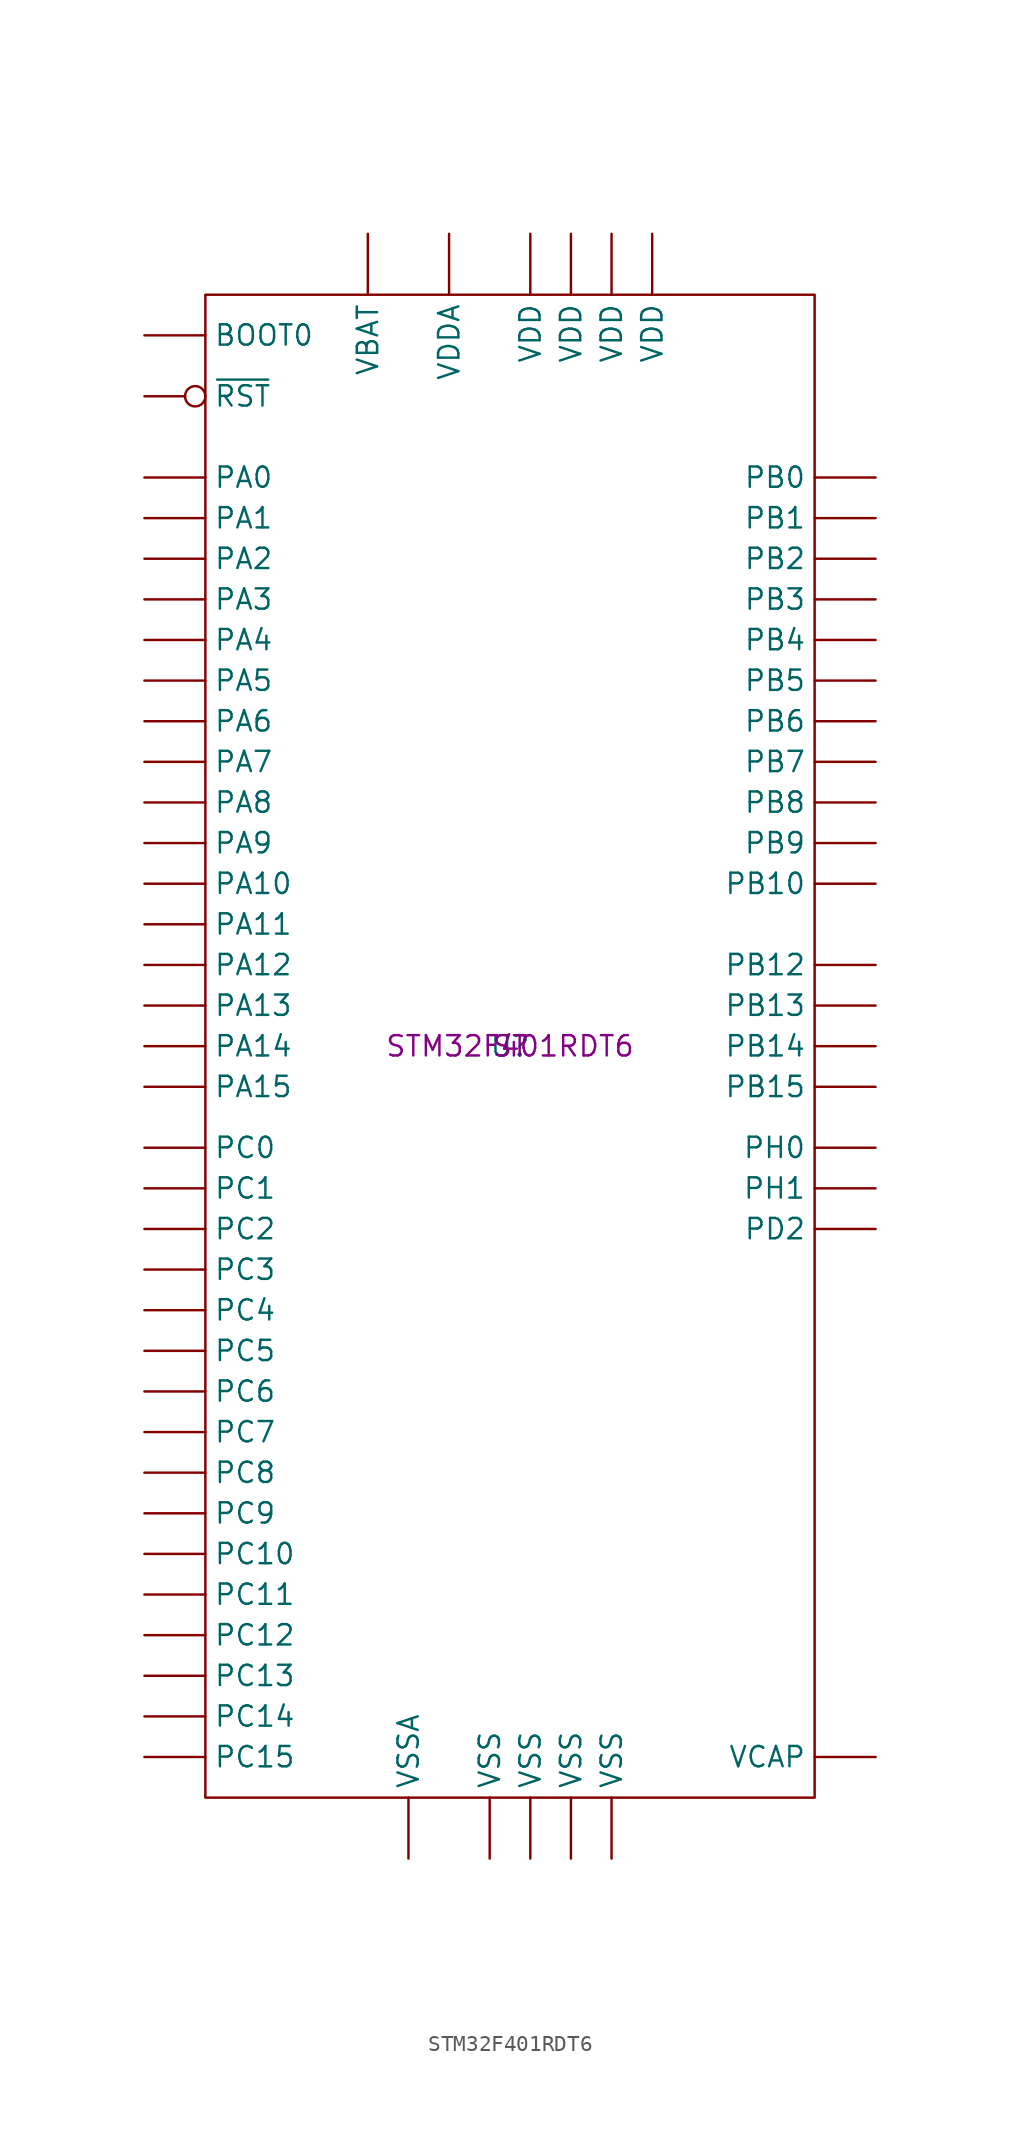
<source format=kicad_sym>
(kicad_symbol_lib
  (version 20220914)
  (generator kicad_symbol_editor)
  (symbol "STM32F401RDT6"
    (pin_numbers hide)
    (property "Reference" "U"
      (at 0 0 0)
      (effects (font (size 1.27 1.27))))
    (property "Value" ""
      (at 0 0 0)
      (effects (font (size 1.27 1.27))))
    (property "Manufacturer" "ST"
      (at 0 0 0)
      (effects (font (size 1.27 1.27))))
    (property "Part #" "STM32F401RDT6"
      (at 0 0 0)
      (effects (font (size 1.27 1.27))))
    (symbol "STM32F401RDT6_0_1"
      (rectangle (start -19.05 46.99) (end 19.05 -46.99) (stroke (width 0) (type default)) (fill (type none))))
    (symbol "STM32F401RDT6_1_1"
      (pin power_in line (at -8.89 50.8 270) (length 3.81) (name "VBAT" (effects (font (size 1.27 1.27)))) (number "1" (effects (font (size 1.27 1.27)))))
      (pin bidirectional line (at -22.86 -11.43 0) (length 3.81) (name "PC2" (effects (font (size 1.27 1.27)))) (number "10" (effects (font (size 1.27 1.27)))))
      (pin bidirectional line (at -22.86 -13.97 0) (length 3.81) (name "PC3" (effects (font (size 1.27 1.27)))) (number "11" (effects (font (size 1.27 1.27)))))
      (pin power_in line (at -6.35 -50.8 90) (length 3.81) (name "VSSA" (effects (font (size 1.27 1.27)))) (number "12" (effects (font (size 1.27 1.27)))))
      (pin power_in line (at -3.81 50.8 270) (length 3.81) (name "VDDA" (effects (font (size 1.27 1.27)))) (number "13" (effects (font (size 1.27 1.27)))))
      (pin bidirectional line (at -22.86 35.56 0) (length 3.81) (name "PA0" (effects (font (size 1.27 1.27)))) (number "14" (effects (font (size 1.27 1.27)))))
      (pin bidirectional line (at -22.86 33.02 0) (length 3.81) (name "PA1" (effects (font (size 1.27 1.27)))) (number "15" (effects (font (size 1.27 1.27)))))
      (pin bidirectional line (at -22.86 30.48 0) (length 3.81) (name "PA2" (effects (font (size 1.27 1.27)))) (number "16" (effects (font (size 1.27 1.27)))))
      (pin bidirectional line (at -22.86 27.94 0) (length 3.81) (name "PA3" (effects (font (size 1.27 1.27)))) (number "17" (effects (font (size 1.27 1.27)))))
      (pin power_in line (at -1.27 -50.8 90) (length 3.81) (name "VSS" (effects (font (size 1.27 1.27)))) (number "18" (effects (font (size 1.27 1.27)))))
      (pin power_in line (at 1.27 50.8 270) (length 3.81) (name "VDD" (effects (font (size 1.27 1.27)))) (number "19" (effects (font (size 1.27 1.27)))))
      (pin bidirectional line (at -22.86 -39.37 0) (length 3.81) (name "PC13" (effects (font (size 1.27 1.27)))) (number "2" (effects (font (size 1.27 1.27)))))
      (pin bidirectional line (at -22.86 25.4 0) (length 3.81) (name "PA4" (effects (font (size 1.27 1.27)))) (number "20" (effects (font (size 1.27 1.27)))))
      (pin bidirectional line (at -22.86 22.86 0) (length 3.81) (name "PA5" (effects (font (size 1.27 1.27)))) (number "21" (effects (font (size 1.27 1.27)))))
      (pin bidirectional line (at -22.86 20.32 0) (length 3.81) (name "PA6" (effects (font (size 1.27 1.27)))) (number "22" (effects (font (size 1.27 1.27)))))
      (pin bidirectional line (at -22.86 17.78 0) (length 3.81) (name "PA7" (effects (font (size 1.27 1.27)))) (number "23" (effects (font (size 1.27 1.27)))))
      (pin bidirectional line (at -22.86 -16.51 0) (length 3.81) (name "PC4" (effects (font (size 1.27 1.27)))) (number "24" (effects (font (size 1.27 1.27)))))
      (pin bidirectional line (at -22.86 -19.05 0) (length 3.81) (name "PC5" (effects (font (size 1.27 1.27)))) (number "25" (effects (font (size 1.27 1.27)))))
      (pin bidirectional line (at 22.86 35.56 180) (length 3.81) (name "PB0" (effects (font (size 1.27 1.27)))) (number "26" (effects (font (size 1.27 1.27)))))
      (pin bidirectional line (at 22.86 33.02 180) (length 3.81) (name "PB1" (effects (font (size 1.27 1.27)))) (number "27" (effects (font (size 1.27 1.27)))))
      (pin bidirectional line (at 22.86 30.48 180) (length 3.81) (name "PB2" (effects (font (size 1.27 1.27)))) (number "28" (effects (font (size 1.27 1.27)))))
      (pin bidirectional line (at 22.86 10.16 180) (length 3.81) (name "PB10" (effects (font (size 1.27 1.27)))) (number "29" (effects (font (size 1.27 1.27)))))
      (pin bidirectional line (at -22.86 -41.91 0) (length 3.81) (name "PC14" (effects (font (size 1.27 1.27)))) (number "3" (effects (font (size 1.27 1.27)))))
      (pin passive line (at 22.86 -44.45 180) (length 3.81) (name "VCAP" (effects (font (size 1.27 1.27)))) (number "30" (effects (font (size 1.27 1.27)))))
      (pin power_in line (at 1.27 -50.8 90) (length 3.81) (name "VSS" (effects (font (size 1.27 1.27)))) (number "31" (effects (font (size 1.27 1.27)))))
      (pin power_in line (at 3.81 50.8 270) (length 3.81) (name "VDD" (effects (font (size 1.27 1.27)))) (number "32" (effects (font (size 1.27 1.27)))))
      (pin bidirectional line (at 22.86 5.08 180) (length 3.81) (name "PB12" (effects (font (size 1.27 1.27)))) (number "33" (effects (font (size 1.27 1.27)))))
      (pin bidirectional line (at 22.86 2.54 180) (length 3.81) (name "PB13" (effects (font (size 1.27 1.27)))) (number "34" (effects (font (size 1.27 1.27)))))
      (pin bidirectional line (at 22.86 0 180) (length 3.81) (name "PB14" (effects (font (size 1.27 1.27)))) (number "35" (effects (font (size 1.27 1.27)))))
      (pin bidirectional line (at 22.86 -2.54 180) (length 3.81) (name "PB15" (effects (font (size 1.27 1.27)))) (number "36" (effects (font (size 1.27 1.27)))))
      (pin bidirectional line (at -22.86 -21.59 0) (length 3.81) (name "PC6" (effects (font (size 1.27 1.27)))) (number "37" (effects (font (size 1.27 1.27)))))
      (pin bidirectional line (at -22.86 -24.13 0) (length 3.81) (name "PC7" (effects (font (size 1.27 1.27)))) (number "38" (effects (font (size 1.27 1.27)))))
      (pin bidirectional line (at -22.86 -26.67 0) (length 3.81) (name "PC8" (effects (font (size 1.27 1.27)))) (number "39" (effects (font (size 1.27 1.27)))))
      (pin bidirectional line (at -22.86 -44.45 0) (length 3.81) (name "PC15" (effects (font (size 1.27 1.27)))) (number "4" (effects (font (size 1.27 1.27)))))
      (pin bidirectional line (at -22.86 -29.21 0) (length 3.81) (name "PC9" (effects (font (size 1.27 1.27)))) (number "40" (effects (font (size 1.27 1.27)))))
      (pin bidirectional line (at -22.86 15.24 0) (length 3.81) (name "PA8" (effects (font (size 1.27 1.27)))) (number "41" (effects (font (size 1.27 1.27)))))
      (pin bidirectional line (at -22.86 12.7 0) (length 3.81) (name "PA9" (effects (font (size 1.27 1.27)))) (number "42" (effects (font (size 1.27 1.27)))))
      (pin bidirectional line (at -22.86 10.16 0) (length 3.81) (name "PA10" (effects (font (size 1.27 1.27)))) (number "43" (effects (font (size 1.27 1.27)))))
      (pin bidirectional line (at -22.86 7.62 0) (length 3.81) (name "PA11" (effects (font (size 1.27 1.27)))) (number "44" (effects (font (size 1.27 1.27)))))
      (pin bidirectional line (at -22.86 5.08 0) (length 3.81) (name "PA12" (effects (font (size 1.27 1.27)))) (number "45" (effects (font (size 1.27 1.27)))))
      (pin bidirectional line (at -22.86 2.54 0) (length 3.81) (name "PA13" (effects (font (size 1.27 1.27)))) (number "46" (effects (font (size 1.27 1.27)))))
      (pin power_in line (at 3.81 -50.8 90) (length 3.81) (name "VSS" (effects (font (size 1.27 1.27)))) (number "47" (effects (font (size 1.27 1.27)))))
      (pin power_in line (at 6.35 50.8 270) (length 3.81) (name "VDD" (effects (font (size 1.27 1.27)))) (number "48" (effects (font (size 1.27 1.27)))))
      (pin bidirectional line (at -22.86 0 0) (length 3.81) (name "PA14" (effects (font (size 1.27 1.27)))) (number "49" (effects (font (size 1.27 1.27)))))
      (pin bidirectional line (at 22.86 -6.35 180) (length 3.81) (name "PH0" (effects (font (size 1.27 1.27)))) (number "5" (effects (font (size 1.27 1.27)))))
      (pin bidirectional line (at -22.86 -2.54 0) (length 3.81) (name "PA15" (effects (font (size 1.27 1.27)))) (number "50" (effects (font (size 1.27 1.27)))))
      (pin bidirectional line (at -22.86 -31.75 0) (length 3.81) (name "PC10" (effects (font (size 1.27 1.27)))) (number "51" (effects (font (size 1.27 1.27)))))
      (pin bidirectional line (at -22.86 -34.29 0) (length 3.81) (name "PC11" (effects (font (size 1.27 1.27)))) (number "52" (effects (font (size 1.27 1.27)))))
      (pin bidirectional line (at -22.86 -36.83 0) (length 3.81) (name "PC12" (effects (font (size 1.27 1.27)))) (number "53" (effects (font (size 1.27 1.27)))))
      (pin bidirectional line (at 22.86 -11.43 180) (length 3.81) (name "PD2" (effects (font (size 1.27 1.27)))) (number "54" (effects (font (size 1.27 1.27)))))
      (pin bidirectional line (at 22.86 27.94 180) (length 3.81) (name "PB3" (effects (font (size 1.27 1.27)))) (number "55" (effects (font (size 1.27 1.27)))))
      (pin bidirectional line (at 22.86 25.4 180) (length 3.81) (name "PB4" (effects (font (size 1.27 1.27)))) (number "56" (effects (font (size 1.27 1.27)))))
      (pin bidirectional line (at 22.86 22.86 180) (length 3.81) (name "PB5" (effects (font (size 1.27 1.27)))) (number "57" (effects (font (size 1.27 1.27)))))
      (pin bidirectional line (at 22.86 20.32 180) (length 3.81) (name "PB6" (effects (font (size 1.27 1.27)))) (number "58" (effects (font (size 1.27 1.27)))))
      (pin bidirectional line (at 22.86 17.78 180) (length 3.81) (name "PB7" (effects (font (size 1.27 1.27)))) (number "59" (effects (font (size 1.27 1.27)))))
      (pin bidirectional line (at 22.86 -8.89 180) (length 3.81) (name "PH1" (effects (font (size 1.27 1.27)))) (number "6" (effects (font (size 1.27 1.27)))))
      (pin input line (at -22.86 44.45 0) (length 3.81) (name "BOOT0" (effects (font (size 1.27 1.27)))) (number "60" (effects (font (size 1.27 1.27)))))
      (pin bidirectional line (at 22.86 15.24 180) (length 3.81) (name "PB8" (effects (font (size 1.27 1.27)))) (number "61" (effects (font (size 1.27 1.27)))))
      (pin bidirectional line (at 22.86 12.7 180) (length 3.81) (name "PB9" (effects (font (size 1.27 1.27)))) (number "62" (effects (font (size 1.27 1.27)))))
      (pin power_in line (at 6.35 -50.8 90) (length 3.81) (name "VSS" (effects (font (size 1.27 1.27)))) (number "63" (effects (font (size 1.27 1.27)))))
      (pin power_in line (at 8.89 50.8 270) (length 3.81) (name "VDD" (effects (font (size 1.27 1.27)))) (number "64" (effects (font (size 1.27 1.27)))))
      (pin input inverted (at -22.86 40.64 0) (length 3.81) (name "~{RST}" (effects (font (size 1.27 1.27)))) (number "7" (effects (font (size 1.27 1.27)))))
      (pin bidirectional line (at -22.86 -6.35 0) (length 3.81) (name "PC0" (effects (font (size 1.27 1.27)))) (number "8" (effects (font (size 1.27 1.27)))))
      (pin bidirectional line (at -22.86 -8.89 0) (length 3.81) (name "PC1" (effects (font (size 1.27 1.27)))) (number "9" (effects (font (size 1.27 1.27))))))))
</source>
